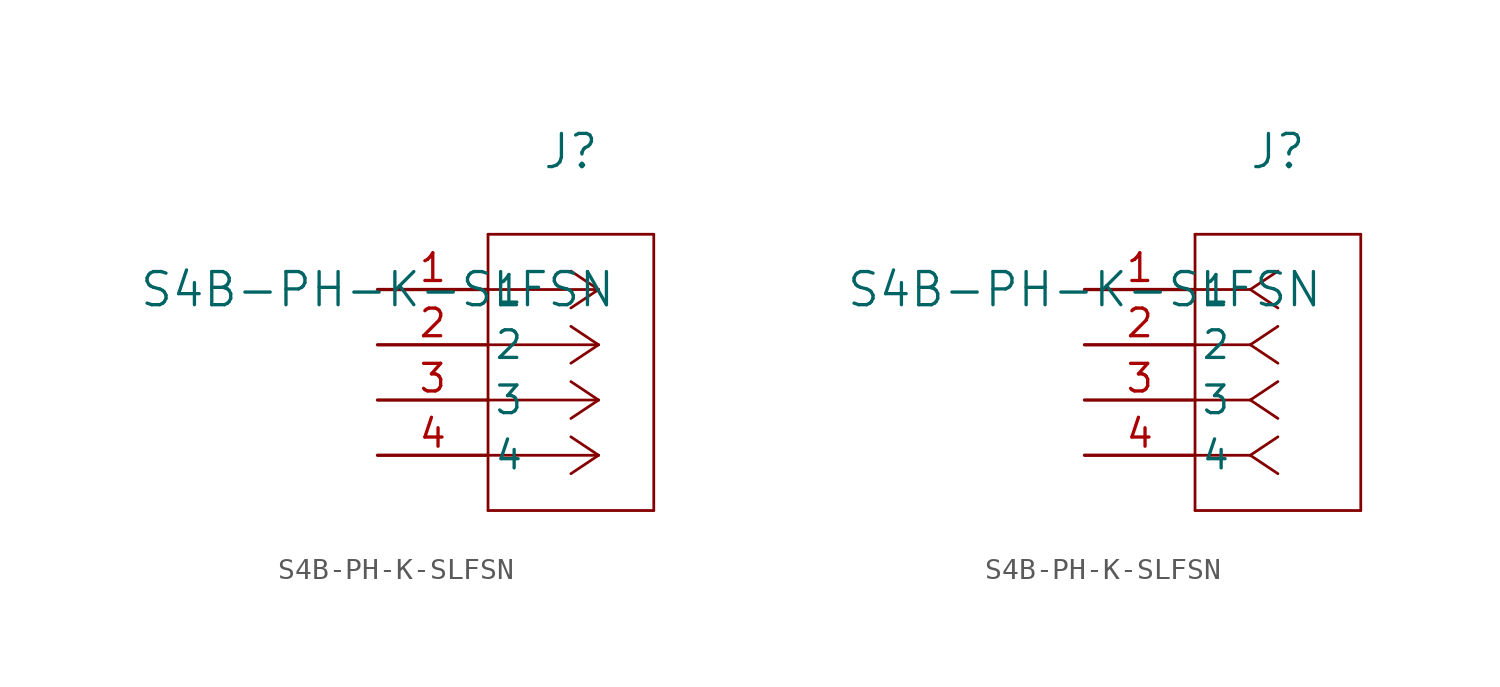
<source format=kicad_sym>
(kicad_symbol_lib
  (version 20231120)
  (generator "kicad_symbol_editor")
  (generator_version "8.0")
  (symbol "S4B-PH-K-SLFSN"
    (pin_names
      (offset 0.254))
    (property "Reference" "J"
      (at 8.89 6.35 0)
      (effects (font (size 1.524 1.524))))
    (property "Value" "S4B-PH-K-SLFSN"
      (at 0 0 0)
      (effects (font (size 1.524 1.524))))
    (property "ki_locked" ""
      (at 0 0 0)
      (effects (font (size 1.27 1.27))))
    (symbol "S4B-PH-K-SLFSN_1_1"
      (polyline (pts (xy 5.08 -10.16) (xy 12.7 -10.16)) (stroke (width 0.127) (type default)) (fill (type none)))
      (polyline (pts (xy 5.08 2.54) (xy 5.08 -10.16)) (stroke (width 0.127) (type default)) (fill (type none)))
      (polyline (pts (xy 10.16 -7.62) (xy 5.08 -7.62)) (stroke (width 0.127) (type default)) (fill (type none)))
      (polyline (pts (xy 10.16 -7.62) (xy 8.89 -8.467)) (stroke (width 0.127) (type default)) (fill (type none)))
      (polyline (pts (xy 10.16 -7.62) (xy 8.89 -6.773)) (stroke (width 0.127) (type default)) (fill (type none)))
      (polyline (pts (xy 10.16 -5.08) (xy 5.08 -5.08)) (stroke (width 0.127) (type default)) (fill (type none)))
      (polyline (pts (xy 10.16 -5.08) (xy 8.89 -5.927)) (stroke (width 0.127) (type default)) (fill (type none)))
      (polyline (pts (xy 10.16 -5.08) (xy 8.89 -4.233)) (stroke (width 0.127) (type default)) (fill (type none)))
      (polyline (pts (xy 10.16 -2.54) (xy 5.08 -2.54)) (stroke (width 0.127) (type default)) (fill (type none)))
      (polyline (pts (xy 10.16 -2.54) (xy 8.89 -3.387)) (stroke (width 0.127) (type default)) (fill (type none)))
      (polyline (pts (xy 10.16 -2.54) (xy 8.89 -1.693)) (stroke (width 0.127) (type default)) (fill (type none)))
      (polyline (pts (xy 10.16 0) (xy 5.08 0)) (stroke (width 0.127) (type default)) (fill (type none)))
      (polyline (pts (xy 10.16 0) (xy 8.89 -0.847)) (stroke (width 0.127) (type default)) (fill (type none)))
      (polyline (pts (xy 10.16 0) (xy 8.89 0.847)) (stroke (width 0.127) (type default)) (fill (type none)))
      (polyline (pts (xy 12.7 -10.16) (xy 12.7 2.54)) (stroke (width 0.127) (type default)) (fill (type none)))
      (polyline (pts (xy 12.7 2.54) (xy 5.08 2.54)) (stroke (width 0.127) (type default)) (fill (type none)))
      (pin unspecified line (at 0 0 0) (length 5.08) (name "1" (effects (font (size 1.27 1.27)))) (number "1" (effects (font (size 1.27 1.27)))))
      (pin unspecified line (at 0 -2.54 0) (length 5.08) (name "2" (effects (font (size 1.27 1.27)))) (number "2" (effects (font (size 1.27 1.27)))))
      (pin unspecified line (at 0 -5.08 0) (length 5.08) (name "3" (effects (font (size 1.27 1.27)))) (number "3" (effects (font (size 1.27 1.27)))))
      (pin unspecified line (at 0 -7.62 0) (length 5.08) (name "4" (effects (font (size 1.27 1.27)))) (number "4" (effects (font (size 1.27 1.27))))))
    (symbol "S4B-PH-K-SLFSN_1_2"
      (polyline (pts (xy 5.08 -10.16) (xy 12.7 -10.16)) (stroke (width 0.127) (type default)) (fill (type none)))
      (polyline (pts (xy 5.08 2.54) (xy 5.08 -10.16)) (stroke (width 0.127) (type default)) (fill (type none)))
      (polyline (pts (xy 7.62 -7.62) (xy 5.08 -7.62)) (stroke (width 0.127) (type default)) (fill (type none)))
      (polyline (pts (xy 7.62 -7.62) (xy 8.89 -8.467)) (stroke (width 0.127) (type default)) (fill (type none)))
      (polyline (pts (xy 7.62 -7.62) (xy 8.89 -6.773)) (stroke (width 0.127) (type default)) (fill (type none)))
      (polyline (pts (xy 7.62 -5.08) (xy 5.08 -5.08)) (stroke (width 0.127) (type default)) (fill (type none)))
      (polyline (pts (xy 7.62 -5.08) (xy 8.89 -5.927)) (stroke (width 0.127) (type default)) (fill (type none)))
      (polyline (pts (xy 7.62 -5.08) (xy 8.89 -4.233)) (stroke (width 0.127) (type default)) (fill (type none)))
      (polyline (pts (xy 7.62 -2.54) (xy 5.08 -2.54)) (stroke (width 0.127) (type default)) (fill (type none)))
      (polyline (pts (xy 7.62 -2.54) (xy 8.89 -3.387)) (stroke (width 0.127) (type default)) (fill (type none)))
      (polyline (pts (xy 7.62 -2.54) (xy 8.89 -1.693)) (stroke (width 0.127) (type default)) (fill (type none)))
      (polyline (pts (xy 7.62 0) (xy 5.08 0)) (stroke (width 0.127) (type default)) (fill (type none)))
      (polyline (pts (xy 7.62 0) (xy 8.89 -0.847)) (stroke (width 0.127) (type default)) (fill (type none)))
      (polyline (pts (xy 7.62 0) (xy 8.89 0.847)) (stroke (width 0.127) (type default)) (fill (type none)))
      (polyline (pts (xy 12.7 -10.16) (xy 12.7 2.54)) (stroke (width 0.127) (type default)) (fill (type none)))
      (polyline (pts (xy 12.7 2.54) (xy 5.08 2.54)) (stroke (width 0.127) (type default)) (fill (type none)))
      (pin unspecified line (at 0 0 0) (length 5.08) (name "1" (effects (font (size 1.27 1.27)))) (number "1" (effects (font (size 1.27 1.27)))))
      (pin unspecified line (at 0 -2.54 0) (length 5.08) (name "2" (effects (font (size 1.27 1.27)))) (number "2" (effects (font (size 1.27 1.27)))))
      (pin unspecified line (at 0 -5.08 0) (length 5.08) (name "3" (effects (font (size 1.27 1.27)))) (number "3" (effects (font (size 1.27 1.27)))))
      (pin unspecified line (at 0 -7.62 0) (length 5.08) (name "4" (effects (font (size 1.27 1.27)))) (number "4" (effects (font (size 1.27 1.27))))))))
</source>
